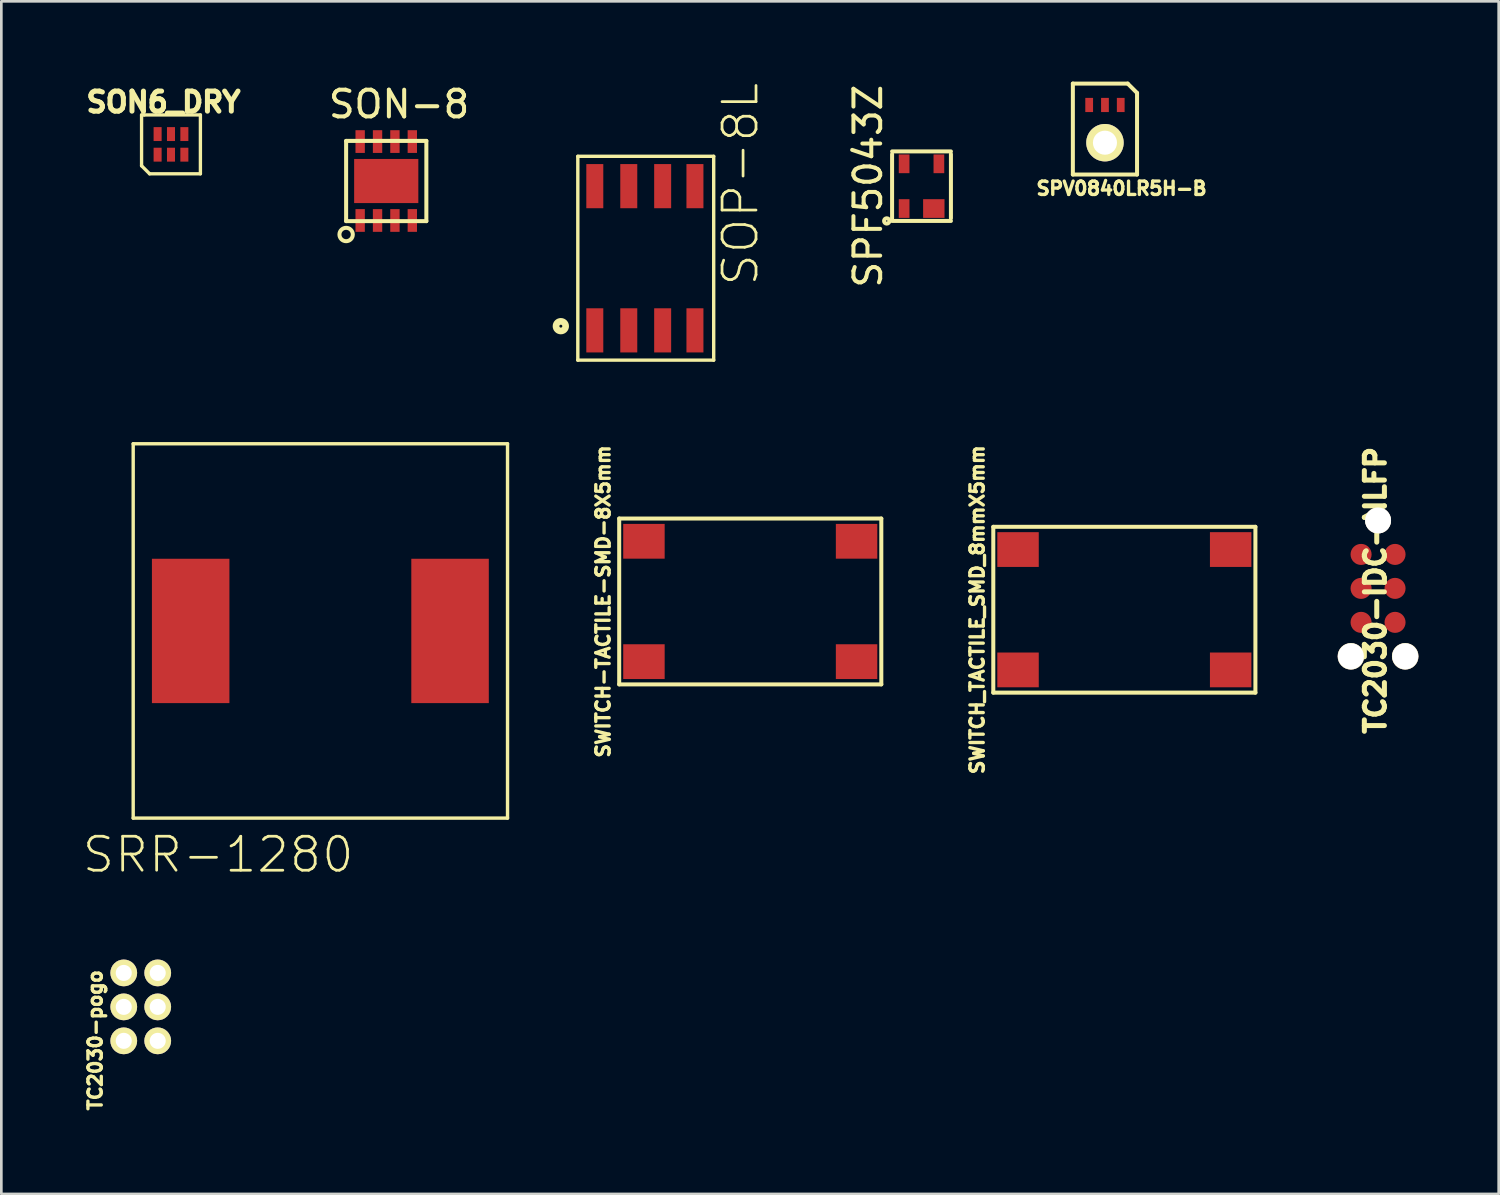
<source format=kicad_pcb>
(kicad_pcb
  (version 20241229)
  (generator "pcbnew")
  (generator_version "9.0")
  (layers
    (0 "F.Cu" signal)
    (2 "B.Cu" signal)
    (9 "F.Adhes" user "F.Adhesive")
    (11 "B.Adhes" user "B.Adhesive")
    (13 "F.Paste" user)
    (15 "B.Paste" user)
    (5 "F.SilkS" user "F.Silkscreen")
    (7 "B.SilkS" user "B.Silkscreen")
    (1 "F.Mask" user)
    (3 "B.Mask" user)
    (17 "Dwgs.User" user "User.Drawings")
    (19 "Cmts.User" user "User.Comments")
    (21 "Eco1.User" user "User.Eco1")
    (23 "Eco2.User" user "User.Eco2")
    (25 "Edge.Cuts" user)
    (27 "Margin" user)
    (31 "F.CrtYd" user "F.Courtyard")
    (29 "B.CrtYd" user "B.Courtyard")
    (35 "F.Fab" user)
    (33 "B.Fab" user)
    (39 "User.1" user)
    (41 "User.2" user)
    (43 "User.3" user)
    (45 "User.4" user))
  (footprint "SOP-8L"
    (layer "F.Cu")
    (at 21.094 6.605)
    (property "Reference" "SOP-8L" (at 3.54 -2.77 90) (layer "F.SilkS") (effects (font (size 1.27 1.27) (thickness 0.102))))
    (attr smd)
    (fp_line (start -2.54 -3.81) (end -2.54 3.81) (stroke (width 0.127) (type solid)) (layer "F.SilkS"))
    (fp_line (start -2.54 3.81) (end 2.54 3.81) (stroke (width 0.127) (type solid)) (layer "F.SilkS"))
    (fp_line (start 2.54 -3.81) (end -2.54 -3.81) (stroke (width 0.127) (type solid)) (layer "F.SilkS"))
    (fp_line (start 2.54 3.81) (end 2.54 -3.81) (stroke (width 0.127) (type solid)) (layer "F.SilkS"))
    (fp_circle (center -3.175 2.54) (end -3.302 2.667) (stroke (width 0.25) (type solid)) (fill no) (layer "F.SilkS"))
    (pad "1" smd rect (at -1.905 2.697 90) (size 1.651 0.635) (layers "F.Cu" "F.Mask" "F.Paste"))
    (pad "2" smd rect (at -0.635 2.697 90) (size 1.651 0.635) (layers "F.Cu" "F.Mask" "F.Paste"))
    (pad "3" smd rect (at 0.632 2.697 90) (size 1.651 0.635) (layers "F.Cu" "F.Mask" "F.Paste"))
    (pad "4" smd rect (at 1.839 2.697 90) (size 1.651 0.635) (layers "F.Cu" "F.Mask" "F.Paste"))
    (pad "5" smd rect (at 1.839 -2.695 90) (size 1.651 0.635) (layers "F.Cu" "F.Mask" "F.Paste"))
    (pad "6" smd rect (at 0.632 -2.695 90) (size 1.651 0.635) (layers "F.Cu" "F.Mask" "F.Paste"))
    (pad "7" smd rect (at -0.635 -2.695 90) (size 1.651 0.635) (layers "F.Cu" "F.Mask" "F.Paste"))
    (pad "8" smd rect (at -1.905 -2.695 90) (size 1.651 0.635) (layers "F.Cu" "F.Mask" "F.Paste")))
  (footprint "SON6_DRY"
    (layer "F.Cu")
    (at 3.343 2.348)
    (property "Reference" "SON6_DRY" (at -0.28 -1.58 0) (layer "F.SilkS") (effects (font (size 0.75 0.75) (thickness 0.188))))
    (attr smd)
    (fp_line (start -1.1 -1.1) (end -1 -1.1) (stroke (width 0.125) (type solid)) (layer "F.SilkS"))
    (fp_line (start -1.1 0.8) (end -1.1 -1.1) (stroke (width 0.125) (type solid)) (layer "F.SilkS"))
    (fp_line (start -1 -1.1) (end 1.1 -1.1) (stroke (width 0.125) (type solid)) (layer "F.SilkS"))
    (fp_line (start -0.8 1.1) (end -1.1 0.8) (stroke (width 0.125) (type solid)) (layer "F.SilkS"))
    (fp_line (start 1.1 -1.1) (end 1.1 1.1) (stroke (width 0.125) (type solid)) (layer "F.SilkS"))
    (fp_line (start 1.1 1.1) (end -0.8 1.1) (stroke (width 0.125) (type solid)) (layer "F.SilkS"))
    (pad "1" smd rect (at -0.5 0.385) (size 0.3 0.52) (layers "F.Cu" "F.Mask" "F.Paste"))
    (pad "2" smd rect (at 0 0.385) (size 0.3 0.52) (layers "F.Cu" "F.Mask" "F.Paste"))
    (pad "3" smd rect (at 0.5 0.385) (size 0.3 0.52) (layers "F.Cu" "F.Mask" "F.Paste"))
    (pad "4" smd rect (at 0.5 -0.385) (size 0.3 0.52) (layers "F.Cu" "F.Mask" "F.Paste"))
    (pad "5" smd rect (at 0 -0.385) (size 0.3 0.52) (layers "F.Cu" "F.Mask" "F.Paste"))
    (pad "6" smd rect (at -0.5 -0.385) (size 0.3 0.52) (layers "F.Cu" "F.Mask" "F.Paste")))
  (footprint "SWITCH_TACTILE_SMD_8mmX5mm"
    (layer "F.Cu")
    (at 38.988 19.747)
    (property "Reference" "SWITCH_TACTILE_SMD_8mmX5mm" (at -5.5 0 90) (layer "F.SilkS") (effects (font (size 0.5 0.5) (thickness 0.125))))
    (attr through_hole)
    (fp_line (start -4.9 -3.1) (end -4.9 3.1) (stroke (width 0.15) (type solid)) (layer "F.SilkS"))
    (fp_line (start -4.9 3.1) (end 4.9 3.1) (stroke (width 0.15) (type solid)) (layer "F.SilkS"))
    (fp_line (start 4.9 -3.1) (end -4.9 -3.1) (stroke (width 0.15) (type solid)) (layer "F.SilkS"))
    (fp_line (start 4.9 3.1) (end 4.9 -3.1) (stroke (width 0.15) (type solid)) (layer "F.SilkS"))
    (pad "1" smd rect (at -3.975 -2.25) (size 1.55 1.3) (layers "F.Cu" "F.Mask" "F.Paste"))
    (pad "2" smd rect (at 3.975 -2.25) (size 1.55 1.3) (layers "F.Cu" "F.Mask" "F.Paste"))
    (pad "3" smd rect (at 3.975 2.25) (size 1.55 1.3) (layers "F.Cu" "F.Mask" "F.Paste"))
    (pad "4" smd rect (at -3.975 2.25) (size 1.55 1.3) (layers "F.Cu" "F.Mask" "F.Paste")))
  (footprint "SPV0840LR5H-B"
    (layer "F.Cu")
    (at 38.263 0.875)
    (property "Reference" "SPV0840LR5H-B" (at 0.62 3.12 0) (layer "F.SilkS") (effects (font (size 0.5 0.5) (thickness 0.125))))
    (attr through_hole)
    (fp_line (start -1.2 -0.8) (end -1.2 2.6) (stroke (width 0.15) (type solid)) (layer "F.SilkS"))
    (fp_line (start -1.2 -0.8) (end 0.85 -0.8) (stroke (width 0.15) (type solid)) (layer "F.SilkS"))
    (fp_line (start -1.2 2.6) (end 1.2 2.6) (stroke (width 0.15) (type solid)) (layer "F.SilkS"))
    (fp_line (start 0.85 -0.8) (end 1.2 -0.45) (stroke (width 0.15) (type solid)) (layer "F.SilkS"))
    (fp_line (start 1.2 -0.45) (end 1.2 2.6) (stroke (width 0.15) (type solid)) (layer "F.SilkS"))
    (pad "1" smd rect (at 0.59 0) (size 0.29 0.53) (layers "F.Cu" "F.Mask" "F.Paste"))
    (pad "2" smd rect (at 0 0) (size 0.29 0.53) (layers "F.Cu" "F.Mask" "F.Paste"))
    (pad "3" smd rect (at -0.59 0) (size 0.29 0.53) (layers "F.Cu" "F.Mask" "F.Paste"))
    (pad "4" thru_hole circle (at 0 1.41) (size 1.4 1.4) (drill 0.9) (layers "F.Cu" "F.Mask" "F.SilkS" "F.Paste")))
  (footprint "SWITCH-TACTILE-SMD-8X5mm"
    (layer "F.Cu")
    (at 25.001 19.438)
    (property "Reference" "SWITCH-TACTILE-SMD-8X5mm" (at -5.5 0 90) (layer "F.SilkS") (effects (font (size 0.5 0.5) (thickness 0.125))))
    (attr through_hole)
    (fp_line (start -4.9 -3.1) (end -4.9 3.1) (stroke (width 0.15) (type solid)) (layer "F.SilkS"))
    (fp_line (start -4.9 3.1) (end 4.9 3.1) (stroke (width 0.15) (type solid)) (layer "F.SilkS"))
    (fp_line (start 4.9 -3.1) (end -4.9 -3.1) (stroke (width 0.15) (type solid)) (layer "F.SilkS"))
    (fp_line (start 4.9 3.1) (end 4.9 -3.1) (stroke (width 0.15) (type solid)) (layer "F.SilkS"))
    (pad "1" smd rect (at -3.975 -2.25) (size 1.55 1.3) (layers "F.Cu" "F.Mask" "F.Paste"))
    (pad "2" smd rect (at 3.975 -2.25) (size 1.55 1.3) (layers "F.Cu" "F.Mask" "F.Paste"))
    (pad "3" smd rect (at 3.975 2.25) (size 1.55 1.3) (layers "F.Cu" "F.Mask" "F.Paste"))
    (pad "4" smd rect (at -3.975 2.25) (size 1.55 1.3) (layers "F.Cu" "F.Mask" "F.Paste")))
  (footprint "SPF5043Z"
    (layer "F.Cu")
    (at 31.404 3.911)
    (property "Reference" "SPF5043Z" (at -2 0 90) (layer "F.SilkS") (effects (font (size 1 1) (thickness 0.15))))
    (attr through_hole)
    (fp_line (start -1.1 -1.2) (end -1.1 1.2) (stroke (width 0.15) (type solid)) (layer "F.SilkS"))
    (fp_line (start -1.1 1.3) (end 1.1 1.3) (stroke (width 0.15) (type solid)) (layer "F.SilkS"))
    (fp_line (start 1.1 -1.3) (end -1.1 -1.3) (stroke (width 0.15) (type solid)) (layer "F.SilkS"))
    (fp_line (start 1.1 1.2) (end 1.1 -1.2) (stroke (width 0.15) (type solid)) (layer "F.SilkS"))
    (fp_circle (center -1.3 1.3) (end -1.3 1.4) (stroke (width 0.15) (type solid)) (fill no) (layer "F.SilkS"))
    (pad "1" smd rect (at -0.65 0.836) (size 0.4 0.7) (layers "F.Cu" "F.Mask" "F.Paste"))
    (pad "2" smd rect (at 0.46 0.836) (size 0.8 0.7) (layers "F.Cu" "F.Mask" "F.Paste"))
    (pad "3" smd rect (at 0.65 -0.836) (size 0.4 0.7) (layers "F.Cu" "F.Mask" "F.Paste"))
    (pad "4" smd rect (at -0.65 -0.836) (size 0.4 0.7) (layers "F.Cu" "F.Mask" "F.Paste")))
  (footprint "SON-8"
    (layer "F.Cu")
    (at 11.391 3.718)
    (property "Reference" "SON-8" (at 0.48 -2.87 0) (layer "F.SilkS") (effects (font (size 1 1) (thickness 0.15))))
    (attr through_hole)
    (fp_line (start -1.5 -1.5) (end 1.5 -1.5) (stroke (width 0.15) (type solid)) (layer "F.SilkS"))
    (fp_line (start -1.5 1.5) (end -1.5 -1.5) (stroke (width 0.15) (type solid)) (layer "F.SilkS"))
    (fp_line (start 1.5 -1.5) (end 1.5 1.5) (stroke (width 0.15) (type solid)) (layer "F.SilkS"))
    (fp_line (start 1.5 1.5) (end -1.5 1.5) (stroke (width 0.15) (type solid)) (layer "F.SilkS"))
    (fp_circle (center -1.5 2) (end -1.5 2.25) (stroke (width 0.15) (type solid)) (fill no) (layer "F.SilkS"))
    (pad "1" smd rect (at -0.975 1.475) (size 0.35 0.85) (layers "F.Cu" "F.Mask" "F.Paste"))
    (pad "2" smd rect (at -0.325 1.475) (size 0.35 0.85) (layers "F.Cu" "F.Mask" "F.Paste"))
    (pad "3" smd rect (at 0.325 1.475) (size 0.35 0.85) (layers "F.Cu" "F.Mask" "F.Paste"))
    (pad "4" smd rect (at 0.975 1.475) (size 0.35 0.85) (layers "F.Cu" "F.Mask" "F.Paste"))
    (pad "5" smd rect (at 0.975 -1.475) (size 0.35 0.85) (layers "F.Cu" "F.Mask" "F.Paste"))
    (pad "6" smd rect (at 0.325 -1.475) (size 0.35 0.85) (layers "F.Cu" "F.Mask" "F.Paste"))
    (pad "7" smd rect (at -0.325 -1.475) (size 0.35 0.85) (layers "F.Cu" "F.Mask" "F.Paste"))
    (pad "8" smd rect (at -0.975 -1.475) (size 0.35 0.85) (layers "F.Cu" "F.Mask" "F.Paste"))
    (pad "9" smd rect (at 0 0) (size 2.4 1.65) (layers "F.Cu" "F.Mask" "F.Paste")))
  (footprint "TC2030-pogo"
    (layer "F.Cu")
    (at 2.212 34.596)
    (property "Reference" "TC2030-pogo" (at -1.7 1.25 90) (layer "F.SilkS") (effects (font (size 0.5 0.5) (thickness 0.125))))
    (attr smd)
    (pad "1" thru_hole circle (at -0.635 -1.27) (size 1 1) (drill 0.6) (layers "*.Cu" "*.Mask" "F.SilkS"))
    (pad "2" thru_hole circle (at 0.635 -1.27) (size 1 1) (drill 0.6) (layers "*.Cu" "*.Mask" "F.SilkS"))
    (pad "3" thru_hole circle (at -0.635 0) (size 1 1) (drill 0.6) (layers "*.Cu" "*.Mask" "F.SilkS"))
    (pad "4" thru_hole circle (at 0.635 0) (size 1 1) (drill 0.6) (layers "*.Cu" "*.Mask" "F.SilkS"))
    (pad "5" thru_hole circle (at -0.635 1.27) (size 1 1) (drill 0.6) (layers "*.Cu" "*.Mask" "F.SilkS"))
    (pad "6" thru_hole circle (at 0.635 1.27) (size 1 1) (drill 0.6) (layers "*.Cu" "*.Mask" "F.SilkS")))
  (footprint "SRR-1280"
    (layer "F.Cu")
    (at 8.928 20.54)
    (property "Reference" "SRR-1280" (at -3.823 8.364 0) (layer "F.SilkS") (effects (font (size 1.27 1.27) (thickness 0.102))))
    (attr smd)
    (fp_line (start -6.998 -6.998) (end 6.998 -6.998) (stroke (width 0.127) (type solid)) (layer "F.SilkS"))
    (fp_line (start -6.998 6.998) (end -6.998 -6.998) (stroke (width 0.127) (type solid)) (layer "F.SilkS"))
    (fp_line (start 6.998 -6.998) (end 6.998 6.998) (stroke (width 0.127) (type solid)) (layer "F.SilkS"))
    (fp_line (start 6.998 6.998) (end -6.998 6.998) (stroke (width 0.127) (type solid)) (layer "F.SilkS"))
    (pad "1" smd rect (at -4.849 0 90) (size 5.397 2.898) (layers "F.Cu" "F.Mask" "F.Paste"))
    (pad "2" smd rect (at 4.849 0 90) (size 5.397 2.898) (layers "F.Cu" "F.Mask" "F.Paste")))
  (footprint "TC2030-IDC-NLFP"
    (layer "F.Cu")
    (at 48.474 18.949)
    (property "Reference" "TC2030-IDC-NLFP" (at -0.1 0.075 90) (layer "F.SilkS") (effects (font (size 0.75 0.75) (thickness 0.188))))
    (attr smd)
    (pad "" thru_hole circle (at -1.015 2.54) (size 0.991 0.991) (drill 0.97) (layers "*.Cu" "*.Mask" "F.SilkS"))
    (pad "" thru_hole circle (at 0 -2.54) (size 0.97 0.97) (drill 0.97) (layers "*.Cu" "*.Mask" "F.SilkS"))
    (pad "" thru_hole circle (at 1.015 2.54) (size 0.991 0.991) (drill 0.97) (layers "*.Cu" "*.Mask" "F.SilkS"))
    (pad "1" smd circle (at -0.635 -1.27) (size 0.787 0.787) (layers "F.Cu" "F.Mask"))
    (pad "2" smd circle (at 0.635 -1.27) (size 0.787 0.787) (layers "F.Cu" "F.Mask"))
    (pad "3" smd circle (at -0.635 0) (size 0.787 0.787) (layers "F.Cu" "F.Mask"))
    (pad "4" smd circle (at 0.635 0) (size 0.787 0.787) (layers "F.Cu" "F.Mask"))
    (pad "5" smd circle (at -0.635 1.27) (size 0.787 0.787) (layers "F.Cu" "F.Mask"))
    (pad "6" smd circle (at 0.635 1.27) (size 0.787 0.787) (layers "F.Cu" "F.Mask")))
  (gr_rect
    (start -3 -3)
    (end 52.984 41.59)
    (stroke (width 0.1) (type default))
    (fill no)
    (layer "Edge.Cuts")))
</source>
